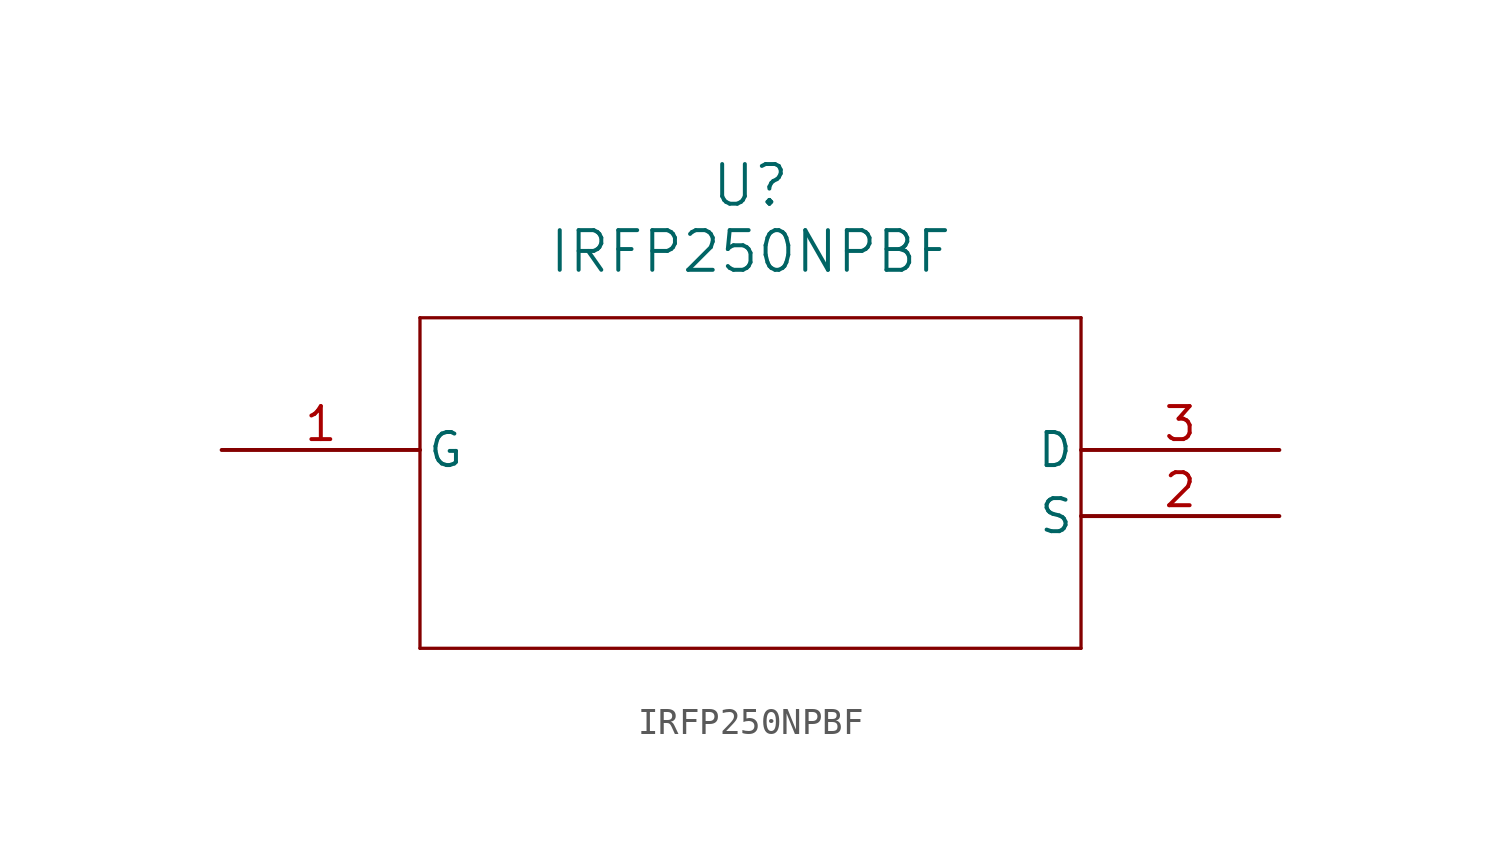
<source format=kicad_sym>
(kicad_symbol_lib
  (version 20211014)
  (generator kicad_symbol_editor)
  (symbol "IRFP250NPBF"
    (pin_names
      (offset 0.254))
    (property "Reference" "U"
      (at 20.32 10.16 0)
      (effects (font (size 1.524 1.524))))
    (property "Value" "IRFP250NPBF"
      (at 20.32 7.62 0)
      (effects (font (size 1.524 1.524))))
    (symbol "IRFP250NPBF_0_1"
      (polyline (pts (xy 7.62 5.08) (xy 7.62 -7.62)) (stroke (width 0.127) (type default) (color 0 0 0 0)) (fill (type none)))
      (polyline (pts (xy 7.62 -7.62) (xy 33.02 -7.62)) (stroke (width 0.127) (type default) (color 0 0 0 0)) (fill (type none)))
      (polyline (pts (xy 33.02 -7.62) (xy 33.02 5.08)) (stroke (width 0.127) (type default) (color 0 0 0 0)) (fill (type none)))
      (polyline (pts (xy 33.02 5.08) (xy 7.62 5.08)) (stroke (width 0.127) (type default) (color 0 0 0 0)) (fill (type none)))
      (pin unspecified line (at 0 0 0) (length 7.62) (name "G" (effects (font (size 1.27 1.27)))) (number "1" (effects (font (size 1.27 1.27)))))
      (pin unspecified line (at 40.64 -2.54 180) (length 7.62) (name "S" (effects (font (size 1.27 1.27)))) (number "2" (effects (font (size 1.27 1.27)))))
      (pin unspecified line (at 40.64 0 180) (length 7.62) (name "D" (effects (font (size 1.27 1.27)))) (number "3" (effects (font (size 1.27 1.27))))))))
</source>
